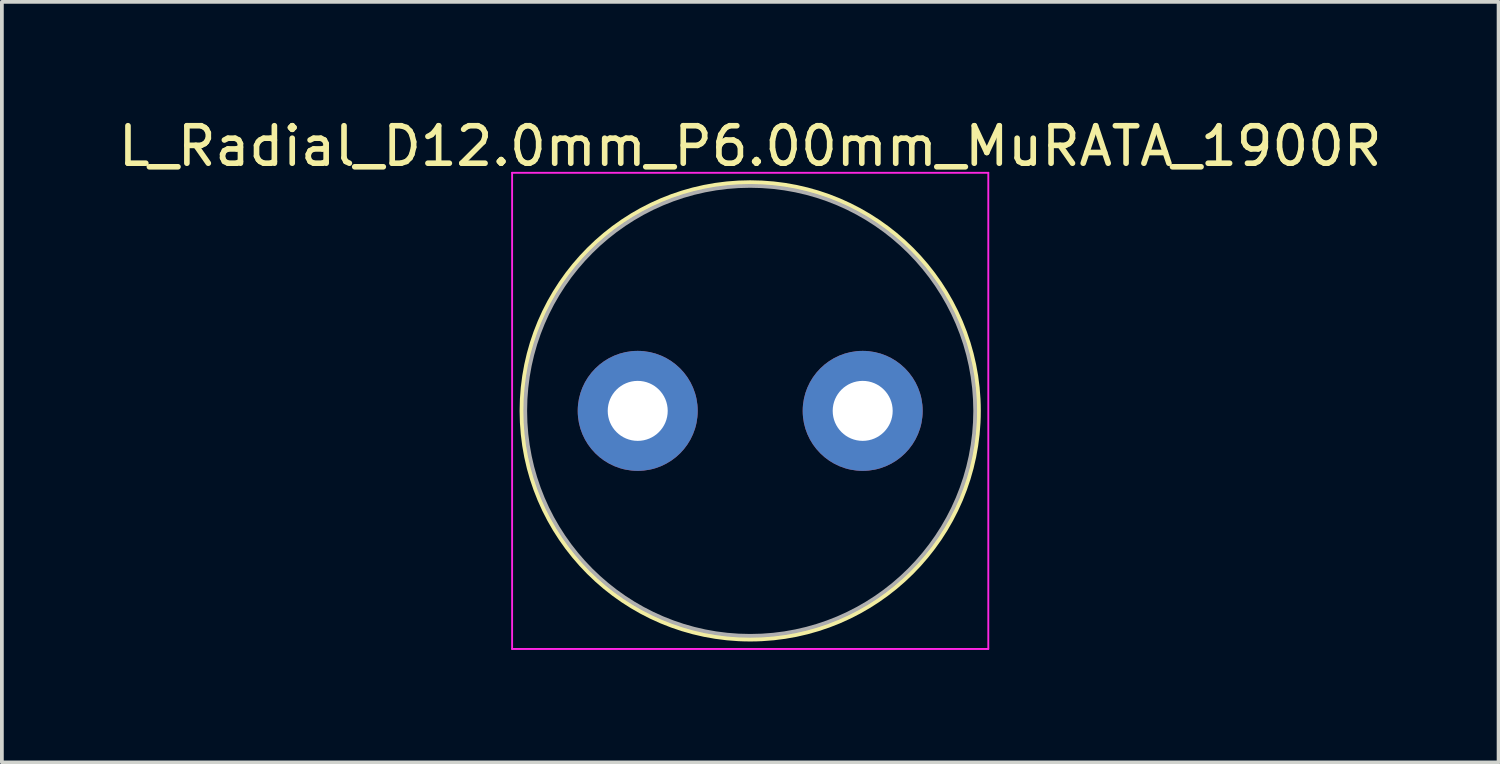
<source format=kicad_pcb>
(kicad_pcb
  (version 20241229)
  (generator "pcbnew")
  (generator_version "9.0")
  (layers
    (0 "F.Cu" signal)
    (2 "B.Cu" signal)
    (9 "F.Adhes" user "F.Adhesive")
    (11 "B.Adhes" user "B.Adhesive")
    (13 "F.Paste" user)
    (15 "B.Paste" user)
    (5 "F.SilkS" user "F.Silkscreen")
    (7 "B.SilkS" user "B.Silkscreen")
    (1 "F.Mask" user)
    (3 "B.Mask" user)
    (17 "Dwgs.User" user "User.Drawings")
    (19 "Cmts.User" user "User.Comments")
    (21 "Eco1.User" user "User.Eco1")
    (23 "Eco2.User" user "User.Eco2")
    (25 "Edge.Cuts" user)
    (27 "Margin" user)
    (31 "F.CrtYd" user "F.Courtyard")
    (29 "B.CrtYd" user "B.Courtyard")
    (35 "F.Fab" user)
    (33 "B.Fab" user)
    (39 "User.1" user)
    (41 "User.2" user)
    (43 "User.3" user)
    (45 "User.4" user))
  (footprint "L_Radial_D12.0mm_P6.00mm_MuRATA_1900R"
    (layer "F.Cu")
    (at 13.958 7.908)
    (property "Reference" "L_Radial_D12.0mm_P6.00mm_MuRATA_1900R" (at 3 -7.06 0) (layer "F.SilkS") (effects (font (size 1 1) (thickness 0.15))))
    (attr through_hole)
    (fp_circle (center 3 0) (end 9.09 0) (stroke (width 0.12) (type solid)) (fill no) (layer "F.SilkS"))
    (fp_line (start -3.35 -6.35) (end -3.35 6.35) (stroke (width 0.05) (type solid)) (layer "F.CrtYd"))
    (fp_line (start -3.35 6.35) (end 9.35 6.35) (stroke (width 0.05) (type solid)) (layer "F.CrtYd"))
    (fp_line (start 9.35 -6.35) (end -3.35 -6.35) (stroke (width 0.05) (type solid)) (layer "F.CrtYd"))
    (fp_line (start 9.35 6.35) (end 9.35 -6.35) (stroke (width 0.05) (type solid)) (layer "F.CrtYd"))
    (fp_circle (center 3 0) (end 9 0) (stroke (width 0.1) (type solid)) (fill no) (layer "F.Fab"))
    (pad "1" thru_hole circle (at 0 0) (size 3.2 3.2) (drill 1.6) (layers "*.Cu" "*.Mask"))
    (pad "2" thru_hole circle (at 6 0) (size 3.2 3.2) (drill 1.6) (layers "*.Cu" "*.Mask")))
  (gr_rect
    (start -3 -3)
    (end 36.917 17.283)
    (stroke (width 0.1) (type default))
    (fill no)
    (layer "Edge.Cuts")))
</source>
